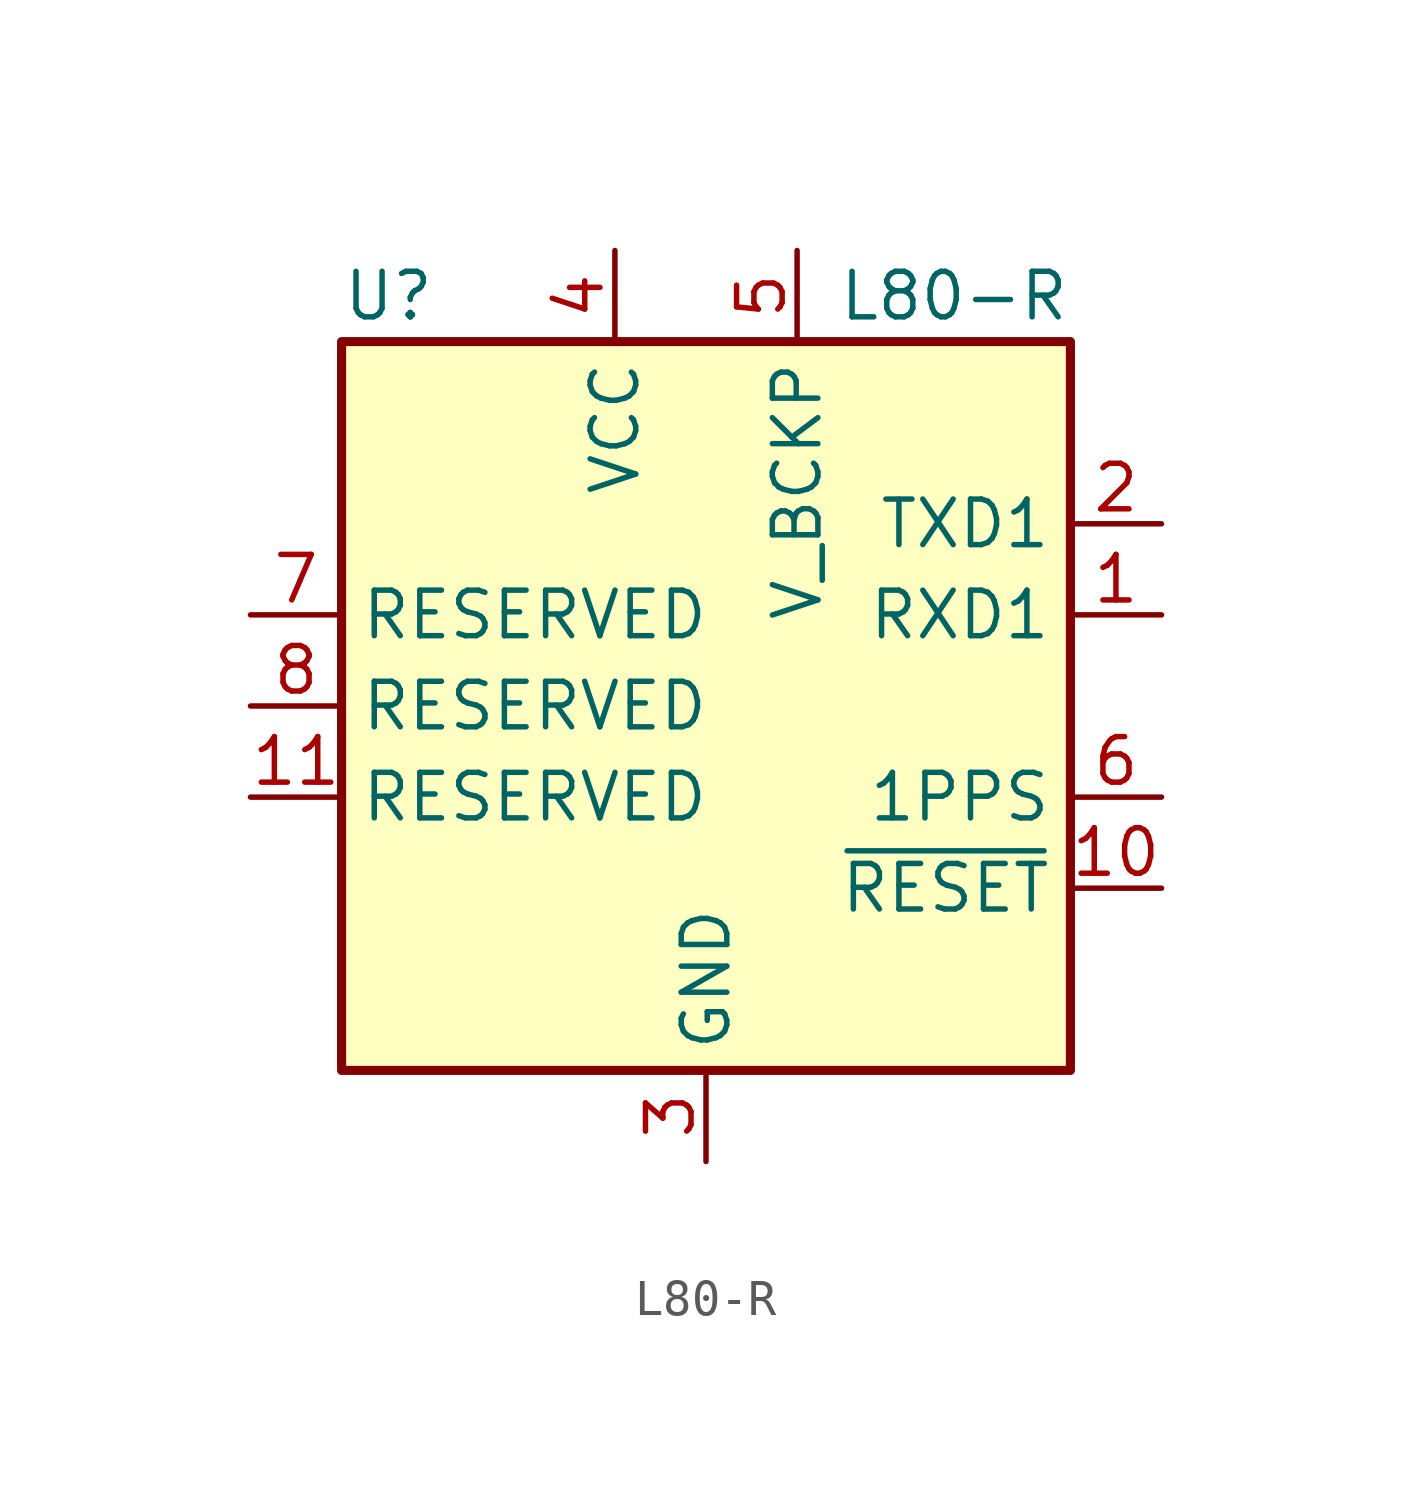
<source format=kicad_sym>
(kicad_symbol_lib
  (version 20201005)
  (generator kicad_symbol_editor)
  (symbol "L80-R"
    (property "Reference" "U"
      (at -10.16 11.43 0)
      (effects (font (size 1.27 1.27)) (justify left)))
    (property "Value" "L80-R"
      (at 10.16 11.43 0)
      (effects (font (size 1.27 1.27)) (justify right)))
    (symbol "L80-R_0_1"
      (rectangle (start -10.16 10.16) (end 10.16 -10.16) (stroke (width 0.254)) (fill (type background))))
    (symbol "L80-R_1_1"
      (pin input line (at 12.7 2.54 180) (length 2.54) (name "RXD1" (effects (font (size 1.27 1.27)))) (number "1" (effects (font (size 1.27 1.27)))))
      (pin input line (at 12.7 -5.08 180) (length 2.54) (name "~RESET" (effects (font (size 1.27 1.27)))) (number "10" (effects (font (size 1.27 1.27)))))
      (pin passive line (at -12.7 -2.54 0) (length 2.54) (name "RESERVED" (effects (font (size 1.27 1.27)))) (number "11" (effects (font (size 1.27 1.27)))))
      (pin passive line (at 0 -12.7 90) (length 2.54) hide (name "GND" (effects (font (size 1.27 1.27)))) (number "12" (effects (font (size 1.27 1.27)))))
      (pin output line (at 12.7 5.08 180) (length 2.54) (name "TXD1" (effects (font (size 1.27 1.27)))) (number "2" (effects (font (size 1.27 1.27)))))
      (pin power_in line (at 0 -12.7 90) (length 2.54) (name "GND" (effects (font (size 1.27 1.27)))) (number "3" (effects (font (size 1.27 1.27)))))
      (pin power_in line (at -2.54 12.7 270) (length 2.54) (name "VCC" (effects (font (size 1.27 1.27)))) (number "4" (effects (font (size 1.27 1.27)))))
      (pin power_in line (at 2.54 12.7 270) (length 2.54) (name "V_BCKP" (effects (font (size 1.27 1.27)))) (number "5" (effects (font (size 1.27 1.27)))))
      (pin output line (at 12.7 -2.54 180) (length 2.54) (name "1PPS" (effects (font (size 1.27 1.27)))) (number "6" (effects (font (size 1.27 1.27)))))
      (pin passive line (at -12.7 2.54 0) (length 2.54) (name "RESERVED" (effects (font (size 1.27 1.27)))) (number "7" (effects (font (size 1.27 1.27)))))
      (pin passive line (at -12.7 0 0) (length 2.54) (name "RESERVED" (effects (font (size 1.27 1.27)))) (number "8" (effects (font (size 1.27 1.27)))))
      (pin no_connect line (at 10.16 0 180) (length 2.54) hide (name "NC" (effects (font (size 1.27 1.27)))) (number "9" (effects (font (size 1.27 1.27))))))))
</source>
